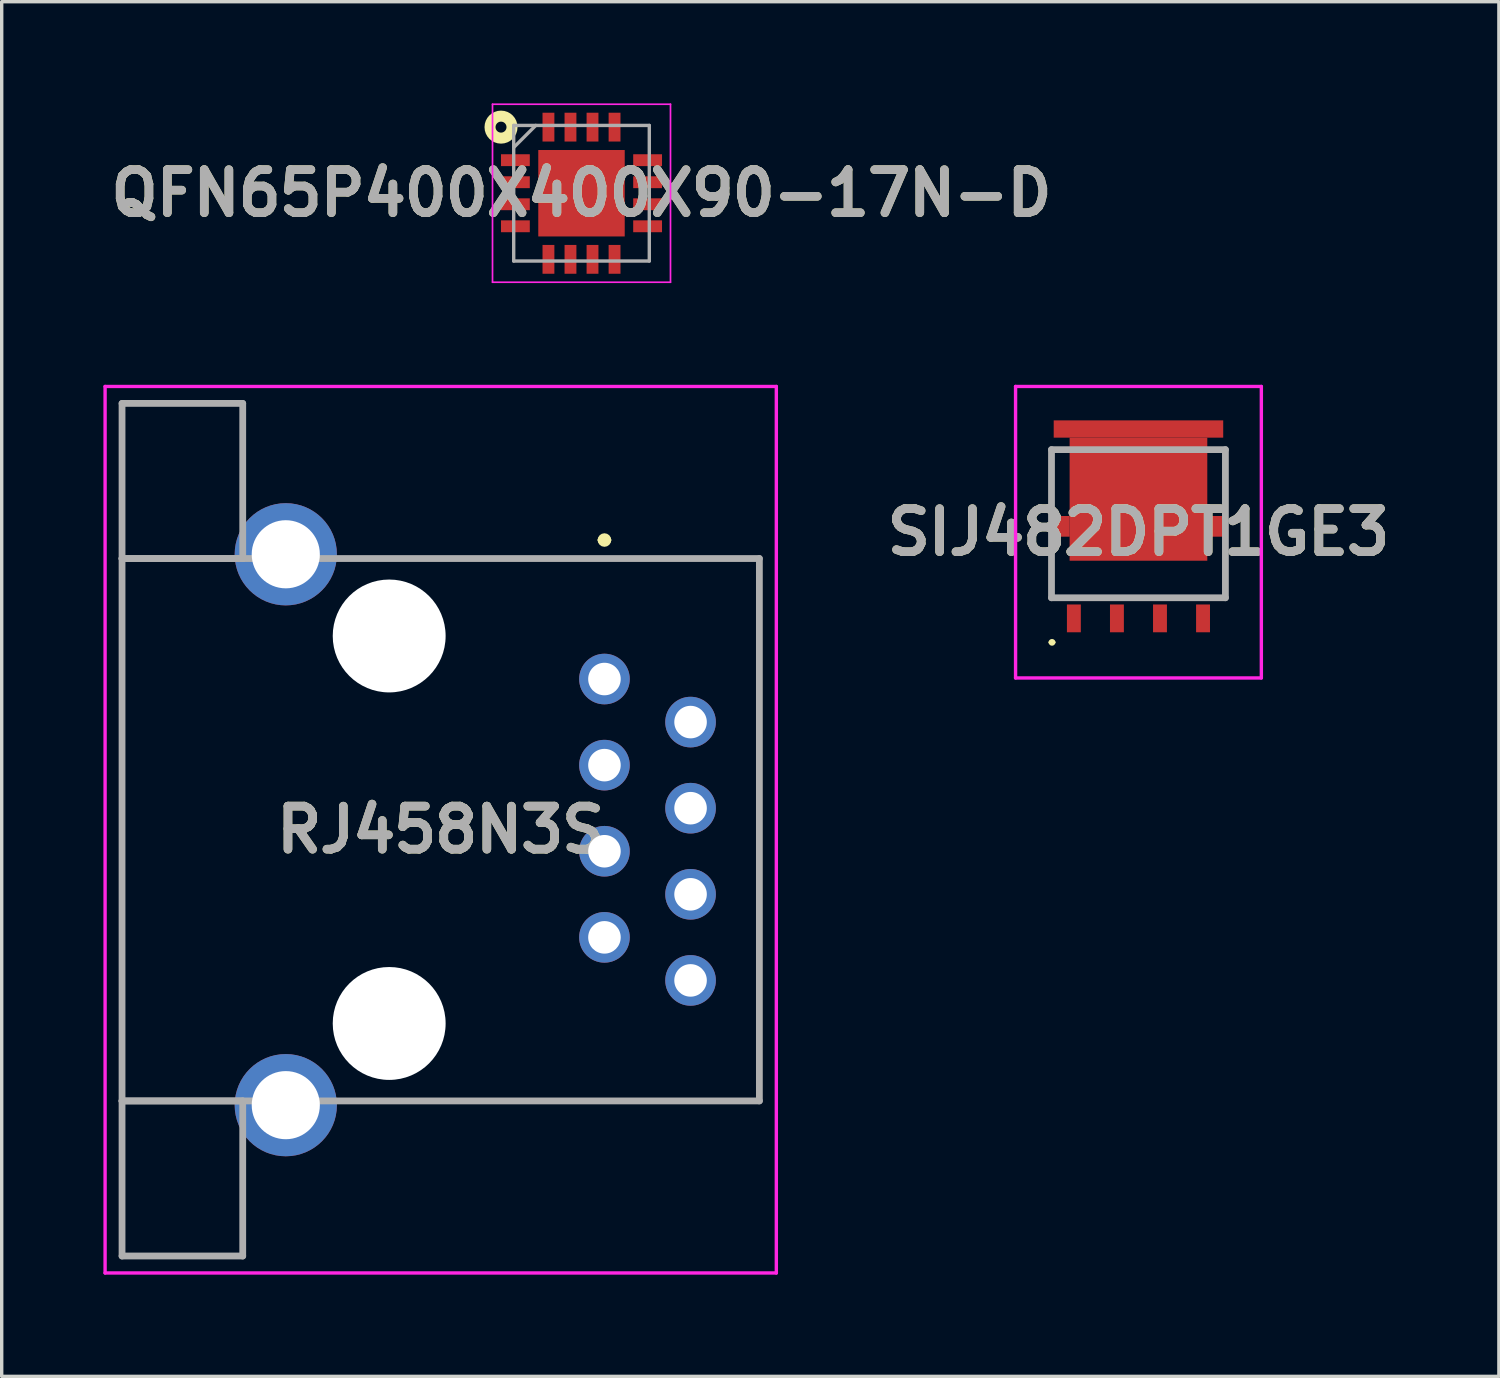
<source format=kicad_pcb>
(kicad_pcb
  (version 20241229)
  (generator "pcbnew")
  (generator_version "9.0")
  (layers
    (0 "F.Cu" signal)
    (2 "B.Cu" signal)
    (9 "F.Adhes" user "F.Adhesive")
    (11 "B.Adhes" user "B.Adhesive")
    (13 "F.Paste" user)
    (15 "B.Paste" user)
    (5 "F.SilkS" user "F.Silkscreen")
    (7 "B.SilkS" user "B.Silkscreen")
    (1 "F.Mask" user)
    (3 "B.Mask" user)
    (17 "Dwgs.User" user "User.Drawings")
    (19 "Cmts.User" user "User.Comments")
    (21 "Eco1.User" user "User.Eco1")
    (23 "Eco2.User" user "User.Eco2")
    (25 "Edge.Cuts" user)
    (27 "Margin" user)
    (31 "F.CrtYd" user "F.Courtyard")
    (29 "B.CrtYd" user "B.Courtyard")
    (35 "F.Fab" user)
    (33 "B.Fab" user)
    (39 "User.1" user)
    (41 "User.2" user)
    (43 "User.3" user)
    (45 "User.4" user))
  (footprint "QFN65P400X400X90-17N-D"
    (layer "F.Cu")
    (at 14.103 2.65)
    (property "Reference" "QFN65P400X400X90-17N-D" (at 0 0 0) (layer "F.SilkS") (effects (font (size 1.27 1.27) (thickness 0.254))))
    (attr smd)
    (fp_circle (center -2.374 -1.95) (end -2.374 -1.788) (stroke (width 0.325) (type solid)) (fill no) (layer "F.SilkS"))
    (fp_line (start -2.625 -2.625) (end 2.625 -2.625) (stroke (width 0.05) (type solid)) (layer "F.CrtYd"))
    (fp_line (start -2.625 2.625) (end -2.625 -2.625) (stroke (width 0.05) (type solid)) (layer "F.CrtYd"))
    (fp_line (start 2.625 -2.625) (end 2.625 2.625) (stroke (width 0.05) (type solid)) (layer "F.CrtYd"))
    (fp_line (start 2.625 2.625) (end -2.625 2.625) (stroke (width 0.05) (type solid)) (layer "F.CrtYd"))
    (fp_line (start -2 -2) (end 2 -2) (stroke (width 0.1) (type solid)) (layer "F.Fab"))
    (fp_line (start -2 -1.35) (end -1.35 -2) (stroke (width 0.1) (type solid)) (layer "F.Fab"))
    (fp_line (start -2 2) (end -2 -2) (stroke (width 0.1) (type solid)) (layer "F.Fab"))
    (fp_line (start 2 -2) (end 2 2) (stroke (width 0.1) (type solid)) (layer "F.Fab"))
    (fp_line (start 2 2) (end -2 2) (stroke (width 0.1) (type solid)) (layer "F.Fab"))
    (fp_text user "${REFERENCE}" (at 0 0 0) (layer "F.Fab") (effects (font (size 1.27 1.27) (thickness 0.254))))
    (pad "1" smd rect (at -1.95 -0.975 90) (size 0.35 0.85) (layers "F.Cu" "F.Mask" "F.Paste"))
    (pad "2" smd rect (at -1.95 -0.325 90) (size 0.35 0.85) (layers "F.Cu" "F.Mask" "F.Paste"))
    (pad "3" smd rect (at -1.95 0.325 90) (size 0.35 0.85) (layers "F.Cu" "F.Mask" "F.Paste"))
    (pad "4" smd rect (at -1.95 0.975 90) (size 0.35 0.85) (layers "F.Cu" "F.Mask" "F.Paste"))
    (pad "5" smd rect (at -0.975 1.95) (size 0.35 0.85) (layers "F.Cu" "F.Mask" "F.Paste"))
    (pad "6" smd rect (at -0.325 1.95) (size 0.35 0.85) (layers "F.Cu" "F.Mask" "F.Paste"))
    (pad "7" smd rect (at 0.325 1.95) (size 0.35 0.85) (layers "F.Cu" "F.Mask" "F.Paste"))
    (pad "8" smd rect (at 0.975 1.95) (size 0.35 0.85) (layers "F.Cu" "F.Mask" "F.Paste"))
    (pad "9" smd rect (at 1.95 0.975 90) (size 0.35 0.85) (layers "F.Cu" "F.Mask" "F.Paste"))
    (pad "10" smd rect (at 1.95 0.325 90) (size 0.35 0.85) (layers "F.Cu" "F.Mask" "F.Paste"))
    (pad "11" smd rect (at 1.95 -0.325 90) (size 0.35 0.85) (layers "F.Cu" "F.Mask" "F.Paste"))
    (pad "12" smd rect (at 1.95 -0.975 90) (size 0.35 0.85) (layers "F.Cu" "F.Mask" "F.Paste"))
    (pad "13" smd rect (at 0.975 -1.95) (size 0.35 0.85) (layers "F.Cu" "F.Mask" "F.Paste"))
    (pad "14" smd rect (at 0.325 -1.95) (size 0.35 0.85) (layers "F.Cu" "F.Mask" "F.Paste"))
    (pad "15" smd rect (at -0.325 -1.95) (size 0.35 0.85) (layers "F.Cu" "F.Mask" "F.Paste"))
    (pad "16" smd rect (at -0.975 -1.95) (size 0.35 0.85) (layers "F.Cu" "F.Mask" "F.Paste"))
    (pad "17" smd rect (at 0 0) (size 2.55 2.55) (layers "F.Cu" "F.Mask" "F.Paste")))
  (footprint "SIJ482DPT1GE3"
    (layer "F.Cu")
    (at 30.532 12.398)
    (property "Reference" "SIJ482DPT1GE3" (at 0 0.251 0) (layer "F.SilkS") (effects (font (size 1.27 1.27) (thickness 0.254))))
    (attr smd)
    (fp_line (start -2.6 3.5) (end -2.6 3.5) (stroke (width 0.1) (type solid)) (layer "F.SilkS"))
    (fp_line (start -2.565 2) (end -2.565 1) (stroke (width 0.1) (type solid)) (layer "F.SilkS"))
    (fp_line (start -2.5 3.5) (end -2.5 3.5) (stroke (width 0.1) (type solid)) (layer "F.SilkS"))
    (fp_line (start 2.565 2) (end 2.565 1) (stroke (width 0.1) (type solid)) (layer "F.SilkS"))
    (fp_arc (start -2.6 3.5) (mid -2.55 3.45) (end -2.5 3.5) (stroke (width 0.1) (type solid)) (layer "F.SilkS"))
    (fp_arc (start -2.5 3.5) (mid -2.55 3.55) (end -2.6 3.5) (stroke (width 0.1) (type solid)) (layer "F.SilkS"))
    (fp_line (start -3.625 -4.048) (end 3.625 -4.048) (stroke (width 0.1) (type solid)) (layer "F.CrtYd"))
    (fp_line (start -3.625 4.55) (end -3.625 -4.048) (stroke (width 0.1) (type solid)) (layer "F.CrtYd"))
    (fp_line (start 3.625 -4.048) (end 3.625 4.55) (stroke (width 0.1) (type solid)) (layer "F.CrtYd"))
    (fp_line (start 3.625 4.55) (end -3.625 4.55) (stroke (width 0.1) (type solid)) (layer "F.CrtYd"))
    (fp_line (start -2.565 -2.185) (end 2.565 -2.185) (stroke (width 0.2) (type solid)) (layer "F.Fab"))
    (fp_line (start -2.565 2.185) (end -2.565 -2.185) (stroke (width 0.2) (type solid)) (layer "F.Fab"))
    (fp_line (start 2.565 -2.185) (end 2.565 2.185) (stroke (width 0.2) (type solid)) (layer "F.Fab"))
    (fp_line (start 2.565 2.185) (end -2.565 2.185) (stroke (width 0.2) (type solid)) (layer "F.Fab"))
    (fp_text user "${REFERENCE}" (at 0 0.251 0) (layer "F.Fab") (effects (font (size 1.27 1.27) (thickness 0.254))))
    (pad "1" smd rect (at -1.905 2.793) (size 0.41 0.82) (layers "F.Cu" "F.Mask" "F.Paste"))
    (pad "2" smd rect (at -0.635 2.793) (size 0.41 0.82) (layers "F.Cu" "F.Mask" "F.Paste"))
    (pad "3" smd rect (at 0.635 2.793) (size 0.41 0.82) (layers "F.Cu" "F.Mask" "F.Paste"))
    (pad "4" smd rect (at 1.905 2.793) (size 0.41 0.82) (layers "F.Cu" "F.Mask" "F.Paste"))
    (pad "5" smd rect (at 0 -0.723 90) (size 3.63 4.061) (layers "F.Cu" "F.Mask" "F.Paste"))
    (pad "6" smd rect (at 0 -2.793 90) (size 0.51 5) (layers "F.Cu" "F.Mask" "F.Paste"))
    (pad "7" smd rect (at -2.326 0.078) (size 0.595 0.61) (layers "F.Cu" "F.Mask" "F.Paste"))
    (pad "8" smd rect (at 2.326 0.078) (size 0.595 0.61) (layers "F.Cu" "F.Mask" "F.Paste")))
  (footprint "RJ458N3S"
    (layer "F.Cu")
    (at 14.78 16.98)
    (property "Reference" "RJ458N3S" (at -4.83 4.445 0) (layer "F.SilkS") (effects (font (size 1.27 1.27) (thickness 0.254))))
    (attr through_hole)
    (fp_line (start -14.23 -3.555) (end -14.23 12.445) (stroke (width 0.1) (type solid)) (layer "F.SilkS"))
    (fp_line (start -14.23 12.445) (end -11.5 12.445) (stroke (width 0.1) (type solid)) (layer "F.SilkS"))
    (fp_line (start -12 -3.555) (end -14.23 -3.555) (stroke (width 0.1) (type solid)) (layer "F.SilkS"))
    (fp_line (start -7 -3.555) (end 4.57 -3.555) (stroke (width 0.1) (type solid)) (layer "F.SilkS"))
    (fp_line (start -0.1 -4.1) (end -0.1 -4.1) (stroke (width 0.2) (type solid)) (layer "F.SilkS"))
    (fp_line (start 0.1 -4.1) (end 0.1 -4.1) (stroke (width 0.2) (type solid)) (layer "F.SilkS"))
    (fp_line (start 4.57 -3.555) (end 4.57 12.445) (stroke (width 0.1) (type solid)) (layer "F.SilkS"))
    (fp_line (start 4.57 12.445) (end -7 12.445) (stroke (width 0.1) (type solid)) (layer "F.SilkS"))
    (fp_arc (start -0.1 -4.1) (mid 0 -4.2) (end 0.1 -4.1) (stroke (width 0.2) (type solid)) (layer "F.SilkS"))
    (fp_arc (start 0.1 -4.1) (mid 0 -4) (end -0.1 -4.1) (stroke (width 0.2) (type solid)) (layer "F.SilkS"))
    (fp_line (start -14.73 -8.63) (end 5.07 -8.63) (stroke (width 0.1) (type solid)) (layer "F.CrtYd"))
    (fp_line (start -14.73 17.52) (end -14.73 -8.63) (stroke (width 0.1) (type solid)) (layer "F.CrtYd"))
    (fp_line (start 5.07 -8.63) (end 5.07 17.52) (stroke (width 0.1) (type solid)) (layer "F.CrtYd"))
    (fp_line (start 5.07 17.52) (end -14.73 17.52) (stroke (width 0.1) (type solid)) (layer "F.CrtYd"))
    (fp_line (start -14.23 -8.13) (end -14.23 -3.555) (stroke (width 0.2) (type solid)) (layer "F.Fab"))
    (fp_line (start -14.23 -3.555) (end -10.67 -3.555) (stroke (width 0.2) (type solid)) (layer "F.Fab"))
    (fp_line (start -14.23 -3.555) (end 4.57 -3.555) (stroke (width 0.2) (type solid)) (layer "F.Fab"))
    (fp_line (start -14.23 12.445) (end -14.23 -3.555) (stroke (width 0.2) (type solid)) (layer "F.Fab"))
    (fp_line (start -14.23 12.445) (end -10.67 12.445) (stroke (width 0.2) (type solid)) (layer "F.Fab"))
    (fp_line (start -14.23 17.02) (end -14.23 12.445) (stroke (width 0.2) (type solid)) (layer "F.Fab"))
    (fp_line (start -10.67 -8.13) (end -14.23 -8.13) (stroke (width 0.2) (type solid)) (layer "F.Fab"))
    (fp_line (start -10.67 -3.555) (end -10.67 -8.13) (stroke (width 0.2) (type solid)) (layer "F.Fab"))
    (fp_line (start -10.67 12.445) (end -10.67 17.02) (stroke (width 0.2) (type solid)) (layer "F.Fab"))
    (fp_line (start -10.67 17.02) (end -14.23 17.02) (stroke (width 0.2) (type solid)) (layer "F.Fab"))
    (fp_line (start 4.57 -3.555) (end 4.57 12.445) (stroke (width 0.2) (type solid)) (layer "F.Fab"))
    (fp_line (start 4.57 12.445) (end -14.23 12.445) (stroke (width 0.2) (type solid)) (layer "F.Fab"))
    (fp_text user "${REFERENCE}" (at -4.83 4.445 0) (layer "F.Fab") (effects (font (size 1.27 1.27) (thickness 0.254))))
    (pad "" np_thru_hole circle (at -6.35 -1.27) (size 3.33 3.33) (drill 3.33) (layers "*.Cu" "*.Mask"))
    (pad "" np_thru_hole circle (at -6.35 10.16) (size 3.33 3.33) (drill 3.33) (layers "*.Cu" "*.Mask"))
    (pad "1" thru_hole circle (at 0 0) (size 1.493 1.493) (drill 0.96) (layers "*.Cu" "*.Mask"))
    (pad "2" thru_hole circle (at 2.54 1.27) (size 1.493 1.493) (drill 0.96) (layers "*.Cu" "*.Mask"))
    (pad "3" thru_hole circle (at 0 2.54) (size 1.493 1.493) (drill 0.96) (layers "*.Cu" "*.Mask"))
    (pad "4" thru_hole circle (at 2.54 3.81) (size 1.493 1.493) (drill 0.96) (layers "*.Cu" "*.Mask"))
    (pad "5" thru_hole circle (at 0 5.08) (size 1.493 1.493) (drill 0.96) (layers "*.Cu" "*.Mask"))
    (pad "6" thru_hole circle (at 2.54 6.35) (size 1.493 1.493) (drill 0.96) (layers "*.Cu" "*.Mask"))
    (pad "7" thru_hole circle (at 0 7.62) (size 1.493 1.493) (drill 0.96) (layers "*.Cu" "*.Mask"))
    (pad "8" thru_hole circle (at 2.54 8.89) (size 1.493 1.493) (drill 0.96) (layers "*.Cu" "*.Mask"))
    (pad "MH3" thru_hole circle (at -9.4 -3.68) (size 3.015 3.015) (drill 2.01) (layers "*.Cu" "*.Mask"))
    (pad "MH4" thru_hole circle (at -9.4 12.57) (size 3.015 3.015) (drill 2.01) (layers "*.Cu" "*.Mask")))
  (gr_rect
    (start -3 -3)
    (end 41.164 37.55)
    (stroke (width 0.1) (type default))
    (fill no)
    (layer "Edge.Cuts")))
</source>
